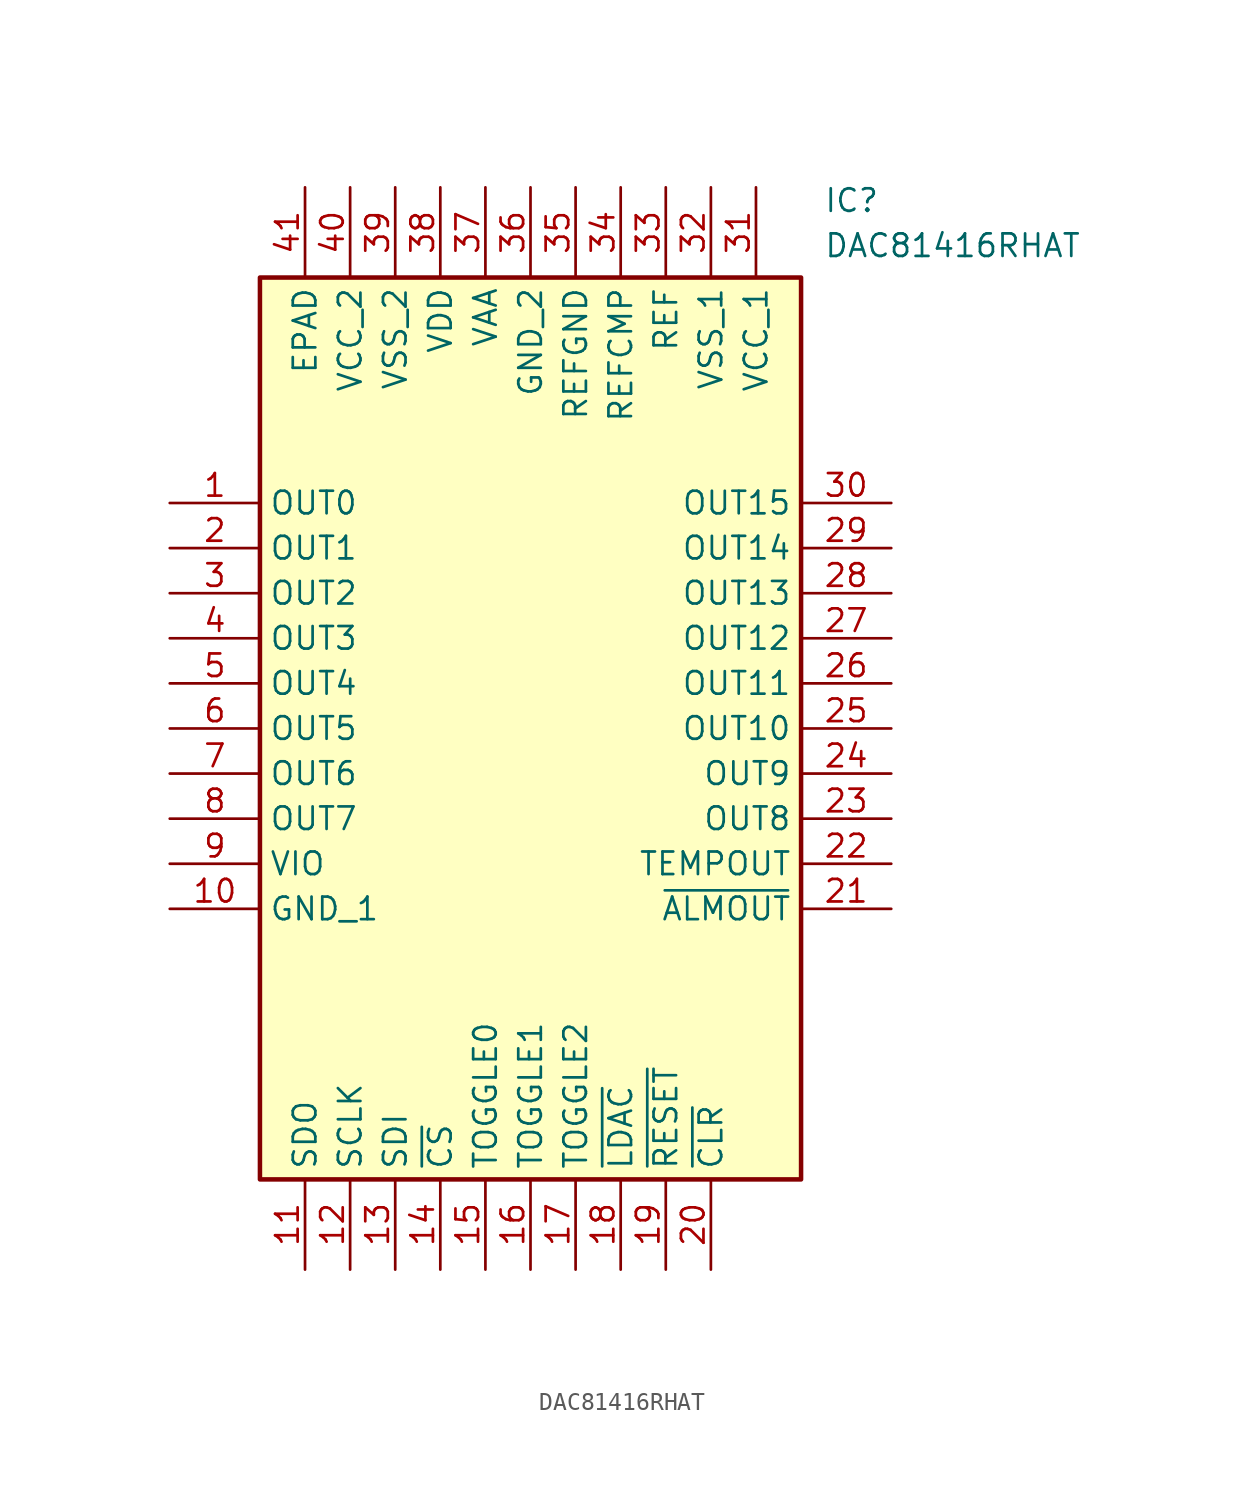
<source format=kicad_sym>
(kicad_symbol_lib
  (version 20231120)
  (generator "kicad_symbol_editor")
  (generator_version "8.0")
  (symbol "DAC81416RHAT"
    (property "Reference" "IC"
      (at 36.83 17.78 0)
      (effects (font (size 1.27 1.27)) (justify left top)))
    (property "Value" "DAC81416RHAT"
      (at 36.83 15.24 0)
      (effects (font (size 1.27 1.27)) (justify left top)))
    (symbol "DAC81416RHAT_1_1"
      (rectangle (start 5.08 12.7) (end 35.56 -38.1) (stroke (width 0.254) (type default)) (fill (type background)))
      (pin passive line (at 0 0 0) (length 5.08) (name "OUT0" (effects (font (size 1.27 1.27)))) (number "1" (effects (font (size 1.27 1.27)))))
      (pin passive line (at 0 -22.86 0) (length 5.08) (name "GND_1" (effects (font (size 1.27 1.27)))) (number "10" (effects (font (size 1.27 1.27)))))
      (pin passive line (at 7.62 -43.18 90) (length 5.08) (name "SDO" (effects (font (size 1.27 1.27)))) (number "11" (effects (font (size 1.27 1.27)))))
      (pin passive line (at 10.16 -43.18 90) (length 5.08) (name "SCLK" (effects (font (size 1.27 1.27)))) (number "12" (effects (font (size 1.27 1.27)))))
      (pin passive line (at 12.7 -43.18 90) (length 5.08) (name "SDI" (effects (font (size 1.27 1.27)))) (number "13" (effects (font (size 1.27 1.27)))))
      (pin passive line (at 15.24 -43.18 90) (length 5.08) (name "~{CS}" (effects (font (size 1.27 1.27)))) (number "14" (effects (font (size 1.27 1.27)))))
      (pin passive line (at 17.78 -43.18 90) (length 5.08) (name "TOGGLE0" (effects (font (size 1.27 1.27)))) (number "15" (effects (font (size 1.27 1.27)))))
      (pin passive line (at 20.32 -43.18 90) (length 5.08) (name "TOGGLE1" (effects (font (size 1.27 1.27)))) (number "16" (effects (font (size 1.27 1.27)))))
      (pin passive line (at 22.86 -43.18 90) (length 5.08) (name "TOGGLE2" (effects (font (size 1.27 1.27)))) (number "17" (effects (font (size 1.27 1.27)))))
      (pin passive line (at 25.4 -43.18 90) (length 5.08) (name "~{LDAC}" (effects (font (size 1.27 1.27)))) (number "18" (effects (font (size 1.27 1.27)))))
      (pin passive line (at 27.94 -43.18 90) (length 5.08) (name "~{RESET}" (effects (font (size 1.27 1.27)))) (number "19" (effects (font (size 1.27 1.27)))))
      (pin passive line (at 0 -2.54 0) (length 5.08) (name "OUT1" (effects (font (size 1.27 1.27)))) (number "2" (effects (font (size 1.27 1.27)))))
      (pin passive line (at 30.48 -43.18 90) (length 5.08) (name "~{CLR}" (effects (font (size 1.27 1.27)))) (number "20" (effects (font (size 1.27 1.27)))))
      (pin passive line (at 40.64 -22.86 180) (length 5.08) (name "~{ALMOUT}" (effects (font (size 1.27 1.27)))) (number "21" (effects (font (size 1.27 1.27)))))
      (pin passive line (at 40.64 -20.32 180) (length 5.08) (name "TEMPOUT" (effects (font (size 1.27 1.27)))) (number "22" (effects (font (size 1.27 1.27)))))
      (pin passive line (at 40.64 -17.78 180) (length 5.08) (name "OUT8" (effects (font (size 1.27 1.27)))) (number "23" (effects (font (size 1.27 1.27)))))
      (pin passive line (at 40.64 -15.24 180) (length 5.08) (name "OUT9" (effects (font (size 1.27 1.27)))) (number "24" (effects (font (size 1.27 1.27)))))
      (pin passive line (at 40.64 -12.7 180) (length 5.08) (name "OUT10" (effects (font (size 1.27 1.27)))) (number "25" (effects (font (size 1.27 1.27)))))
      (pin passive line (at 40.64 -10.16 180) (length 5.08) (name "OUT11" (effects (font (size 1.27 1.27)))) (number "26" (effects (font (size 1.27 1.27)))))
      (pin passive line (at 40.64 -7.62 180) (length 5.08) (name "OUT12" (effects (font (size 1.27 1.27)))) (number "27" (effects (font (size 1.27 1.27)))))
      (pin passive line (at 40.64 -5.08 180) (length 5.08) (name "OUT13" (effects (font (size 1.27 1.27)))) (number "28" (effects (font (size 1.27 1.27)))))
      (pin passive line (at 40.64 -2.54 180) (length 5.08) (name "OUT14" (effects (font (size 1.27 1.27)))) (number "29" (effects (font (size 1.27 1.27)))))
      (pin passive line (at 0 -5.08 0) (length 5.08) (name "OUT2" (effects (font (size 1.27 1.27)))) (number "3" (effects (font (size 1.27 1.27)))))
      (pin passive line (at 40.64 0 180) (length 5.08) (name "OUT15" (effects (font (size 1.27 1.27)))) (number "30" (effects (font (size 1.27 1.27)))))
      (pin passive line (at 33.02 17.78 270) (length 5.08) (name "VCC_1" (effects (font (size 1.27 1.27)))) (number "31" (effects (font (size 1.27 1.27)))))
      (pin passive line (at 30.48 17.78 270) (length 5.08) (name "VSS_1" (effects (font (size 1.27 1.27)))) (number "32" (effects (font (size 1.27 1.27)))))
      (pin passive line (at 27.94 17.78 270) (length 5.08) (name "REF" (effects (font (size 1.27 1.27)))) (number "33" (effects (font (size 1.27 1.27)))))
      (pin passive line (at 25.4 17.78 270) (length 5.08) (name "REFCMP" (effects (font (size 1.27 1.27)))) (number "34" (effects (font (size 1.27 1.27)))))
      (pin passive line (at 22.86 17.78 270) (length 5.08) (name "REFGND" (effects (font (size 1.27 1.27)))) (number "35" (effects (font (size 1.27 1.27)))))
      (pin passive line (at 20.32 17.78 270) (length 5.08) (name "GND_2" (effects (font (size 1.27 1.27)))) (number "36" (effects (font (size 1.27 1.27)))))
      (pin passive line (at 17.78 17.78 270) (length 5.08) (name "VAA" (effects (font (size 1.27 1.27)))) (number "37" (effects (font (size 1.27 1.27)))))
      (pin passive line (at 15.24 17.78 270) (length 5.08) (name "VDD" (effects (font (size 1.27 1.27)))) (number "38" (effects (font (size 1.27 1.27)))))
      (pin passive line (at 12.7 17.78 270) (length 5.08) (name "VSS_2" (effects (font (size 1.27 1.27)))) (number "39" (effects (font (size 1.27 1.27)))))
      (pin passive line (at 0 -7.62 0) (length 5.08) (name "OUT3" (effects (font (size 1.27 1.27)))) (number "4" (effects (font (size 1.27 1.27)))))
      (pin passive line (at 10.16 17.78 270) (length 5.08) (name "VCC_2" (effects (font (size 1.27 1.27)))) (number "40" (effects (font (size 1.27 1.27)))))
      (pin passive line (at 7.62 17.78 270) (length 5.08) (name "EPAD" (effects (font (size 1.27 1.27)))) (number "41" (effects (font (size 1.27 1.27)))))
      (pin passive line (at 0 -10.16 0) (length 5.08) (name "OUT4" (effects (font (size 1.27 1.27)))) (number "5" (effects (font (size 1.27 1.27)))))
      (pin passive line (at 0 -12.7 0) (length 5.08) (name "OUT5" (effects (font (size 1.27 1.27)))) (number "6" (effects (font (size 1.27 1.27)))))
      (pin passive line (at 0 -15.24 0) (length 5.08) (name "OUT6" (effects (font (size 1.27 1.27)))) (number "7" (effects (font (size 1.27 1.27)))))
      (pin passive line (at 0 -17.78 0) (length 5.08) (name "OUT7" (effects (font (size 1.27 1.27)))) (number "8" (effects (font (size 1.27 1.27)))))
      (pin passive line (at 0 -20.32 0) (length 5.08) (name "VIO" (effects (font (size 1.27 1.27)))) (number "9" (effects (font (size 1.27 1.27))))))))
</source>
